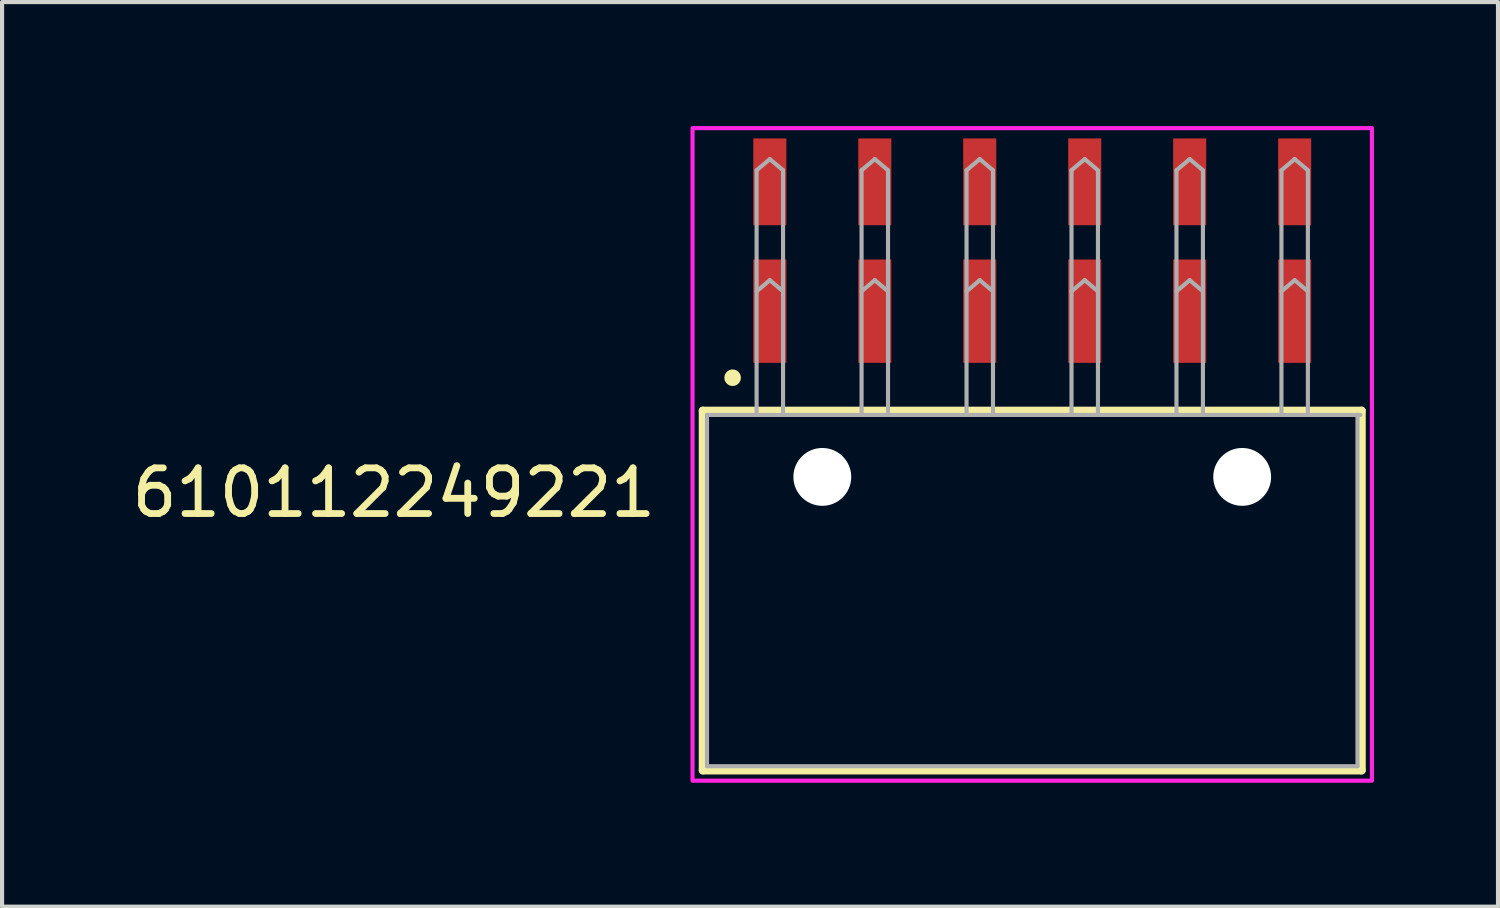
<source format=kicad_pcb>
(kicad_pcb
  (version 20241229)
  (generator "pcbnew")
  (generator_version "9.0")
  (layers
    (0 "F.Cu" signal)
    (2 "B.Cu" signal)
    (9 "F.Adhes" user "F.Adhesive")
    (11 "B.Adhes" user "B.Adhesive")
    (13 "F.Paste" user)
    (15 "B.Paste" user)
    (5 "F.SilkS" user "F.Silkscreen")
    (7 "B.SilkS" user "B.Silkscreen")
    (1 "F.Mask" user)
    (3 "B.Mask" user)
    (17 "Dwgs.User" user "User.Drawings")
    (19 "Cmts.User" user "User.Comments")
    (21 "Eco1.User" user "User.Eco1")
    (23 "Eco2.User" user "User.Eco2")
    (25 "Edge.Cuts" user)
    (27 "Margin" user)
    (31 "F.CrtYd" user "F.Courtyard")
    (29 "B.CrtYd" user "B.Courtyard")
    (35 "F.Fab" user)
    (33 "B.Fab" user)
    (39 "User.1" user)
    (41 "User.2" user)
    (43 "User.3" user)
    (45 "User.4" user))
  (footprint "610112249221"
    (layer "F.Cu")
    (at 21.928 11.24)
    (property "Reference" "610112249221" (at -9.026 -1.72 0) (unlocked yes) (layer "F.SilkS") (effects (font (size 1.105 1.105) (thickness 0.165)) (justify right bottom)))
    (fp_line (start -7.97 -4.35) (end 7.97 -4.35) (stroke (width 0.2) (type solid)) (layer "F.SilkS"))
    (fp_line (start -7.97 4.35) (end -7.97 -4.35) (stroke (width 0.2) (type solid)) (layer "F.SilkS"))
    (fp_line (start 7.97 -4.35) (end 7.97 4.35) (stroke (width 0.2) (type solid)) (layer "F.SilkS"))
    (fp_line (start 7.97 4.35) (end -7.97 4.35) (stroke (width 0.2) (type solid)) (layer "F.SilkS"))
    (fp_circle (center -7.25 -5.15) (end -7.15 -5.15) (stroke (width 0.2) (type solid)) (fill no) (layer "F.SilkS"))
    (fp_poly (pts (xy 8.22 4.6) (xy -8.22 4.6) (xy -8.22 -11.19) (xy 8.22 -11.19)) (stroke (width 0.1) (type default)) (fill no) (layer "F.CrtYd"))
    (fp_line (start -7.87 -4.25) (end -7.87 4.25) (stroke (width 0.1) (type solid)) (layer "F.Fab"))
    (fp_line (start -6.67 -10.17) (end -6.67 -4.25) (stroke (width 0.1) (type solid)) (layer "F.Fab"))
    (fp_line (start -6.67 -10.17) (end -6.35 -10.44) (stroke (width 0.1) (type solid)) (layer "F.Fab"))
    (fp_line (start -6.67 -7.24) (end -6.35 -7.51) (stroke (width 0.1) (type solid)) (layer "F.Fab"))
    (fp_line (start -6.35 -10.44) (end -6.03 -10.17) (stroke (width 0.1) (type solid)) (layer "F.Fab"))
    (fp_line (start -6.35 -7.51) (end -6.03 -7.24) (stroke (width 0.1) (type solid)) (layer "F.Fab"))
    (fp_line (start -6.03 -10.17) (end -6.03 -4.25) (stroke (width 0.1) (type solid)) (layer "F.Fab"))
    (fp_line (start -4.13 -10.17) (end -4.13 -4.25) (stroke (width 0.1) (type solid)) (layer "F.Fab"))
    (fp_line (start -4.13 -10.17) (end -3.81 -10.44) (stroke (width 0.1) (type solid)) (layer "F.Fab"))
    (fp_line (start -4.13 -7.24) (end -3.81 -7.51) (stroke (width 0.1) (type solid)) (layer "F.Fab"))
    (fp_line (start -3.81 -10.44) (end -3.49 -10.17) (stroke (width 0.1) (type solid)) (layer "F.Fab"))
    (fp_line (start -3.81 -7.51) (end -3.49 -7.24) (stroke (width 0.1) (type solid)) (layer "F.Fab"))
    (fp_line (start -3.49 -10.17) (end -3.49 -4.25) (stroke (width 0.1) (type solid)) (layer "F.Fab"))
    (fp_line (start -1.59 -10.17) (end -1.59 -4.25) (stroke (width 0.1) (type solid)) (layer "F.Fab"))
    (fp_line (start -1.59 -10.17) (end -1.27 -10.44) (stroke (width 0.1) (type solid)) (layer "F.Fab"))
    (fp_line (start -1.59 -7.24) (end -1.27 -7.51) (stroke (width 0.1) (type solid)) (layer "F.Fab"))
    (fp_line (start -1.27 -10.44) (end -0.95 -10.17) (stroke (width 0.1) (type solid)) (layer "F.Fab"))
    (fp_line (start -1.27 -7.51) (end -0.95 -7.24) (stroke (width 0.1) (type solid)) (layer "F.Fab"))
    (fp_line (start -0.95 -10.17) (end -0.95 -4.25) (stroke (width 0.1) (type solid)) (layer "F.Fab"))
    (fp_line (start 0.95 -10.17) (end 0.95 -4.25) (stroke (width 0.1) (type solid)) (layer "F.Fab"))
    (fp_line (start 0.95 -10.17) (end 1.27 -10.44) (stroke (width 0.1) (type solid)) (layer "F.Fab"))
    (fp_line (start 0.95 -7.24) (end 1.27 -7.51) (stroke (width 0.1) (type solid)) (layer "F.Fab"))
    (fp_line (start 1.27 -10.44) (end 1.59 -10.17) (stroke (width 0.1) (type solid)) (layer "F.Fab"))
    (fp_line (start 1.27 -7.51) (end 1.59 -7.24) (stroke (width 0.1) (type solid)) (layer "F.Fab"))
    (fp_line (start 1.59 -10.17) (end 1.59 -4.25) (stroke (width 0.1) (type solid)) (layer "F.Fab"))
    (fp_line (start 3.49 -10.17) (end 3.49 -4.25) (stroke (width 0.1) (type solid)) (layer "F.Fab"))
    (fp_line (start 3.49 -10.17) (end 3.81 -10.44) (stroke (width 0.1) (type solid)) (layer "F.Fab"))
    (fp_line (start 3.49 -7.24) (end 3.81 -7.51) (stroke (width 0.1) (type solid)) (layer "F.Fab"))
    (fp_line (start 3.81 -10.44) (end 4.13 -10.17) (stroke (width 0.1) (type solid)) (layer "F.Fab"))
    (fp_line (start 3.81 -7.51) (end 4.13 -7.24) (stroke (width 0.1) (type solid)) (layer "F.Fab"))
    (fp_line (start 4.13 -10.17) (end 4.13 -4.25) (stroke (width 0.1) (type solid)) (layer "F.Fab"))
    (fp_line (start 6.03 -10.17) (end 6.03 -4.25) (stroke (width 0.1) (type solid)) (layer "F.Fab"))
    (fp_line (start 6.03 -10.17) (end 6.35 -10.44) (stroke (width 0.1) (type solid)) (layer "F.Fab"))
    (fp_line (start 6.03 -7.24) (end 6.35 -7.51) (stroke (width 0.1) (type solid)) (layer "F.Fab"))
    (fp_line (start 6.35 -10.44) (end 6.67 -10.17) (stroke (width 0.1) (type solid)) (layer "F.Fab"))
    (fp_line (start 6.35 -7.51) (end 6.67 -7.24) (stroke (width 0.1) (type solid)) (layer "F.Fab"))
    (fp_line (start 6.67 -10.17) (end 6.67 -4.25) (stroke (width 0.1) (type solid)) (layer "F.Fab"))
    (fp_line (start 7.87 -4.25) (end -7.87 -4.25) (stroke (width 0.1) (type solid)) (layer "F.Fab"))
    (fp_line (start 7.87 -4.25) (end 7.87 4.25) (stroke (width 0.1) (type solid)) (layer "F.Fab"))
    (fp_line (start 7.87 -4.25) (end 7.94 -4.25) (stroke (width 0.1) (type solid)) (layer "F.Fab"))
    (fp_line (start 7.87 4.25) (end -7.87 4.25) (stroke (width 0.1) (type solid)) (layer "F.Fab"))
    (pad "" np_thru_hole circle (at -5.08 -2.75) (size 1.4 1.4) (drill 1.4) (layers "*.Cu" "*.Mask"))
    (pad "" np_thru_hole circle (at 5.08 -2.75) (size 1.4 1.4) (drill 1.4) (layers "*.Cu" "*.Mask"))
    (pad "1" smd rect (at -6.35 -6.76 180) (size 0.8 2.5) (layers "F.Cu" "F.Mask" "F.Paste"))
    (pad "2" smd rect (at -6.35 -9.89 180) (size 0.8 2.1) (layers "F.Cu" "F.Mask" "F.Paste"))
    (pad "3" smd rect (at -3.81 -6.76 180) (size 0.8 2.5) (layers "F.Cu" "F.Mask" "F.Paste"))
    (pad "4" smd rect (at -3.81 -9.89 180) (size 0.8 2.1) (layers "F.Cu" "F.Mask" "F.Paste"))
    (pad "5" smd rect (at -1.27 -6.76 180) (size 0.8 2.5) (layers "F.Cu" "F.Mask" "F.Paste"))
    (pad "6" smd rect (at -1.27 -9.89 180) (size 0.8 2.1) (layers "F.Cu" "F.Mask" "F.Paste"))
    (pad "7" smd rect (at 1.27 -6.76 180) (size 0.8 2.5) (layers "F.Cu" "F.Mask" "F.Paste"))
    (pad "8" smd rect (at 1.27 -9.89 180) (size 0.8 2.1) (layers "F.Cu" "F.Mask" "F.Paste"))
    (pad "9" smd rect (at 3.81 -6.76 180) (size 0.8 2.5) (layers "F.Cu" "F.Mask" "F.Paste"))
    (pad "10" smd rect (at 3.81 -9.89 180) (size 0.8 2.1) (layers "F.Cu" "F.Mask" "F.Paste"))
    (pad "11" smd rect (at 6.35 -6.76 180) (size 0.8 2.5) (layers "F.Cu" "F.Mask" "F.Paste"))
    (pad "12" smd rect (at 6.35 -9.89 180) (size 0.8 2.1) (layers "F.Cu" "F.Mask" "F.Paste")))
  (gr_rect
    (start -3 -3)
    (end 33.198 18.89)
    (stroke (width 0.1) (type default))
    (fill no)
    (layer "Edge.Cuts")))
</source>
